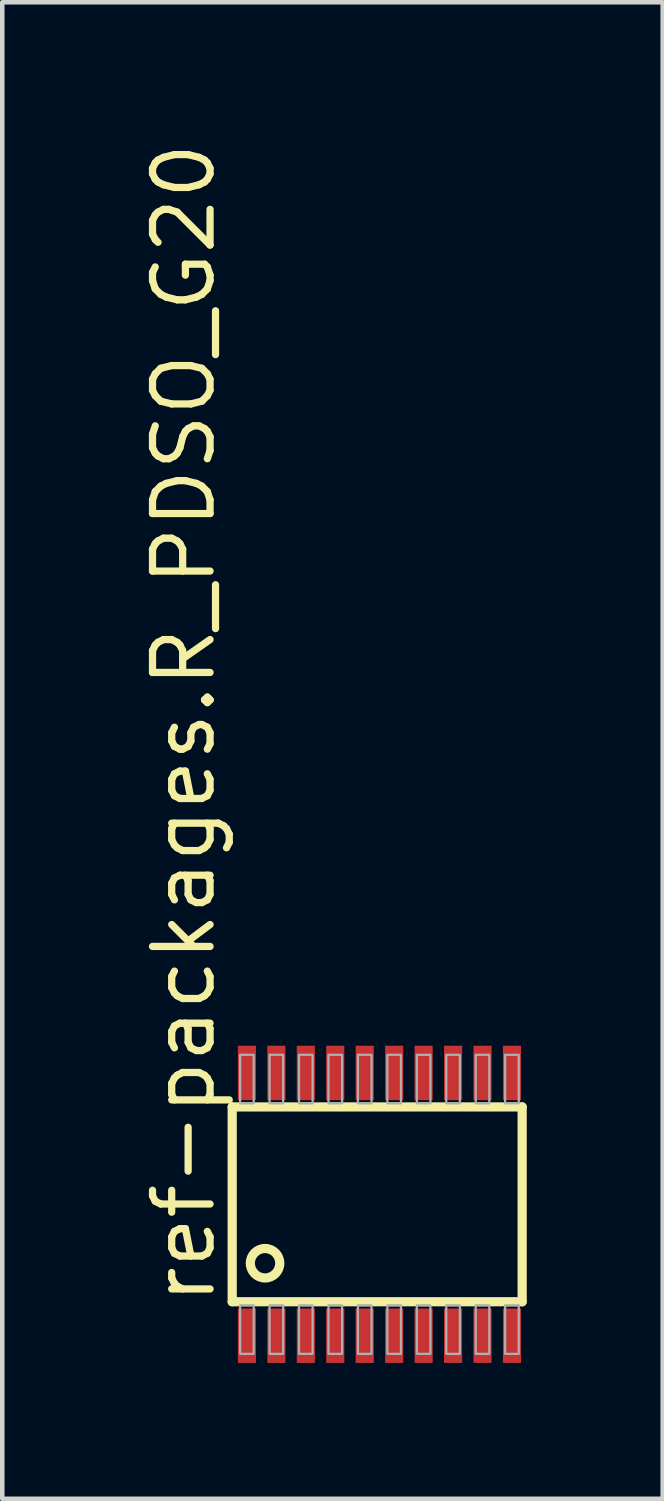
<source format=kicad_pcb>
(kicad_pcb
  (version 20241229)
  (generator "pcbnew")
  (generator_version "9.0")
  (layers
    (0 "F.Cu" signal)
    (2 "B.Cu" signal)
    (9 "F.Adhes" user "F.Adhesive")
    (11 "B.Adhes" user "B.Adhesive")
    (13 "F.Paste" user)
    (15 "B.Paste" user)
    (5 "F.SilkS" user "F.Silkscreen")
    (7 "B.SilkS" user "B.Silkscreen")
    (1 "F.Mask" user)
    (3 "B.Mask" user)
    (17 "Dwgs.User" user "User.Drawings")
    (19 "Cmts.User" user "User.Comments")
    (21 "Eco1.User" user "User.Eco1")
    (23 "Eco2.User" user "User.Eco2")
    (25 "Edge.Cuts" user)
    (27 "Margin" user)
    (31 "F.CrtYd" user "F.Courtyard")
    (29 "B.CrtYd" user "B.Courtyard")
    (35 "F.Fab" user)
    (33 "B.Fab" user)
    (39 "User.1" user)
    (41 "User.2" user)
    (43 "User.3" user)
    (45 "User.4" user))
  (footprint "ref-packages.R_PDSO_G20"
    (layer "F.Cu")
    (at 5.325 23.532)
    (property "Reference" "ref-packages.R_PDSO_G20" (at -3.575 2.275 90) (layer "F.SilkS") (effects (font (size 1.27 1.27) (thickness 0.16)) (justify left bottom)))
    (attr smd)
    (fp_line (start -3.25 -2.15) (end 3.15 -2.15) (stroke (width 0.203) (type default)) (layer "F.SilkS"))
    (fp_line (start -3.25 2.15) (end -3.25 -2.15) (stroke (width 0.203) (type default)) (layer "F.SilkS"))
    (fp_line (start 3.15 -2.15) (end 3.15 2.15) (stroke (width 0.203) (type default)) (layer "F.SilkS"))
    (fp_line (start 3.15 2.15) (end -3.25 2.15) (stroke (width 0.203) (type default)) (layer "F.SilkS"))
    (fp_circle (center -2.525 1.3) (end -2.2 1.3) (stroke (width 0.203) (type default)) (fill no) (layer "F.SilkS"))
    (fp_rect (start -3.075 -2.23) (end -2.775 -3.3) (stroke (width 0.05) (type default)) (fill no) (layer "F.Fab"))
    (fp_rect (start -3.075 3.3) (end -2.775 2.23) (stroke (width 0.05) (type default)) (fill no) (layer "F.Fab"))
    (fp_rect (start -2.425 -2.23) (end -2.125 -3.3) (stroke (width 0.05) (type default)) (fill no) (layer "F.Fab"))
    (fp_rect (start -2.425 3.3) (end -2.125 2.23) (stroke (width 0.05) (type default)) (fill no) (layer "F.Fab"))
    (fp_rect (start -1.775 -2.23) (end -1.475 -3.3) (stroke (width 0.05) (type default)) (fill no) (layer "F.Fab"))
    (fp_rect (start -1.775 3.3) (end -1.475 2.23) (stroke (width 0.05) (type default)) (fill no) (layer "F.Fab"))
    (fp_rect (start -1.125 -2.23) (end -0.825 -3.3) (stroke (width 0.05) (type default)) (fill no) (layer "F.Fab"))
    (fp_rect (start -1.125 3.3) (end -0.825 2.23) (stroke (width 0.05) (type default)) (fill no) (layer "F.Fab"))
    (fp_rect (start -0.475 -2.23) (end -0.175 -3.3) (stroke (width 0.05) (type default)) (fill no) (layer "F.Fab"))
    (fp_rect (start -0.475 3.3) (end -0.175 2.23) (stroke (width 0.05) (type default)) (fill no) (layer "F.Fab"))
    (fp_rect (start 0.175 -2.23) (end 0.475 -3.3) (stroke (width 0.05) (type default)) (fill no) (layer "F.Fab"))
    (fp_rect (start 0.175 3.3) (end 0.475 2.23) (stroke (width 0.05) (type default)) (fill no) (layer "F.Fab"))
    (fp_rect (start 0.825 -2.23) (end 1.125 -3.3) (stroke (width 0.05) (type default)) (fill no) (layer "F.Fab"))
    (fp_rect (start 0.825 3.3) (end 1.125 2.23) (stroke (width 0.05) (type default)) (fill no) (layer "F.Fab"))
    (fp_rect (start 1.475 -2.23) (end 1.775 -3.3) (stroke (width 0.05) (type default)) (fill no) (layer "F.Fab"))
    (fp_rect (start 1.475 3.3) (end 1.775 2.23) (stroke (width 0.05) (type default)) (fill no) (layer "F.Fab"))
    (fp_rect (start 2.125 -2.23) (end 2.425 -3.3) (stroke (width 0.05) (type default)) (fill no) (layer "F.Fab"))
    (fp_rect (start 2.125 3.3) (end 2.425 2.23) (stroke (width 0.05) (type default)) (fill no) (layer "F.Fab"))
    (fp_rect (start 2.775 -2.23) (end 3.075 -3.3) (stroke (width 0.05) (type default)) (fill no) (layer "F.Fab"))
    (fp_rect (start 2.775 3.3) (end 3.075 2.23) (stroke (width 0.05) (type default)) (fill no) (layer "F.Fab"))
    (pad "1" smd roundrect (at -2.925 2.9) (size 0.4 1.2) (layers "F.Cu" "F.Mask" "F.Paste") (roundrect_rratio 0.01))
    (pad "2" smd roundrect (at -2.275 2.9) (size 0.4 1.2) (layers "F.Cu" "F.Mask" "F.Paste") (roundrect_rratio 0.01))
    (pad "3" smd roundrect (at -1.625 2.9) (size 0.4 1.2) (layers "F.Cu" "F.Mask" "F.Paste") (roundrect_rratio 0.01))
    (pad "4" smd roundrect (at -0.975 2.9) (size 0.4 1.2) (layers "F.Cu" "F.Mask" "F.Paste") (roundrect_rratio 0.01))
    (pad "5" smd roundrect (at -0.325 2.9) (size 0.4 1.2) (layers "F.Cu" "F.Mask" "F.Paste") (roundrect_rratio 0.01))
    (pad "6" smd roundrect (at 0.325 2.9) (size 0.4 1.2) (layers "F.Cu" "F.Mask" "F.Paste") (roundrect_rratio 0.01))
    (pad "7" smd roundrect (at 0.975 2.9) (size 0.4 1.2) (layers "F.Cu" "F.Mask" "F.Paste") (roundrect_rratio 0.01))
    (pad "8" smd roundrect (at 1.625 2.9) (size 0.4 1.2) (layers "F.Cu" "F.Mask" "F.Paste") (roundrect_rratio 0.01))
    (pad "9" smd roundrect (at 2.275 2.9) (size 0.4 1.2) (layers "F.Cu" "F.Mask" "F.Paste") (roundrect_rratio 0.01))
    (pad "10" smd roundrect (at 2.925 2.9) (size 0.4 1.2) (layers "F.Cu" "F.Mask" "F.Paste") (roundrect_rratio 0.01))
    (pad "11" smd roundrect (at 2.925 -2.9 180) (size 0.4 1.2) (layers "F.Cu" "F.Mask" "F.Paste") (roundrect_rratio 0.01))
    (pad "12" smd roundrect (at 2.275 -2.9 180) (size 0.4 1.2) (layers "F.Cu" "F.Mask" "F.Paste") (roundrect_rratio 0.01))
    (pad "13" smd roundrect (at 1.625 -2.9 180) (size 0.4 1.2) (layers "F.Cu" "F.Mask" "F.Paste") (roundrect_rratio 0.01))
    (pad "14" smd roundrect (at 0.975 -2.9 180) (size 0.4 1.2) (layers "F.Cu" "F.Mask" "F.Paste") (roundrect_rratio 0.01))
    (pad "15" smd roundrect (at 0.325 -2.9 180) (size 0.4 1.2) (layers "F.Cu" "F.Mask" "F.Paste") (roundrect_rratio 0.01))
    (pad "16" smd roundrect (at -0.325 -2.9 180) (size 0.4 1.2) (layers "F.Cu" "F.Mask" "F.Paste") (roundrect_rratio 0.01))
    (pad "17" smd roundrect (at -0.975 -2.9 180) (size 0.4 1.2) (layers "F.Cu" "F.Mask" "F.Paste") (roundrect_rratio 0.01))
    (pad "18" smd roundrect (at -1.625 -2.9 180) (size 0.4 1.2) (layers "F.Cu" "F.Mask" "F.Paste") (roundrect_rratio 0.01))
    (pad "19" smd roundrect (at -2.275 -2.9 180) (size 0.4 1.2) (layers "F.Cu" "F.Mask" "F.Paste") (roundrect_rratio 0.01))
    (pad "20" smd roundrect (at -2.925 -2.9 180) (size 0.4 1.2) (layers "F.Cu" "F.Mask" "F.Paste") (roundrect_rratio 0.01)))
  (gr_rect
    (start -3 -3)
    (end 11.577 30.032)
    (stroke (width 0.1) (type default))
    (fill no)
    (layer "Edge.Cuts")))
</source>
